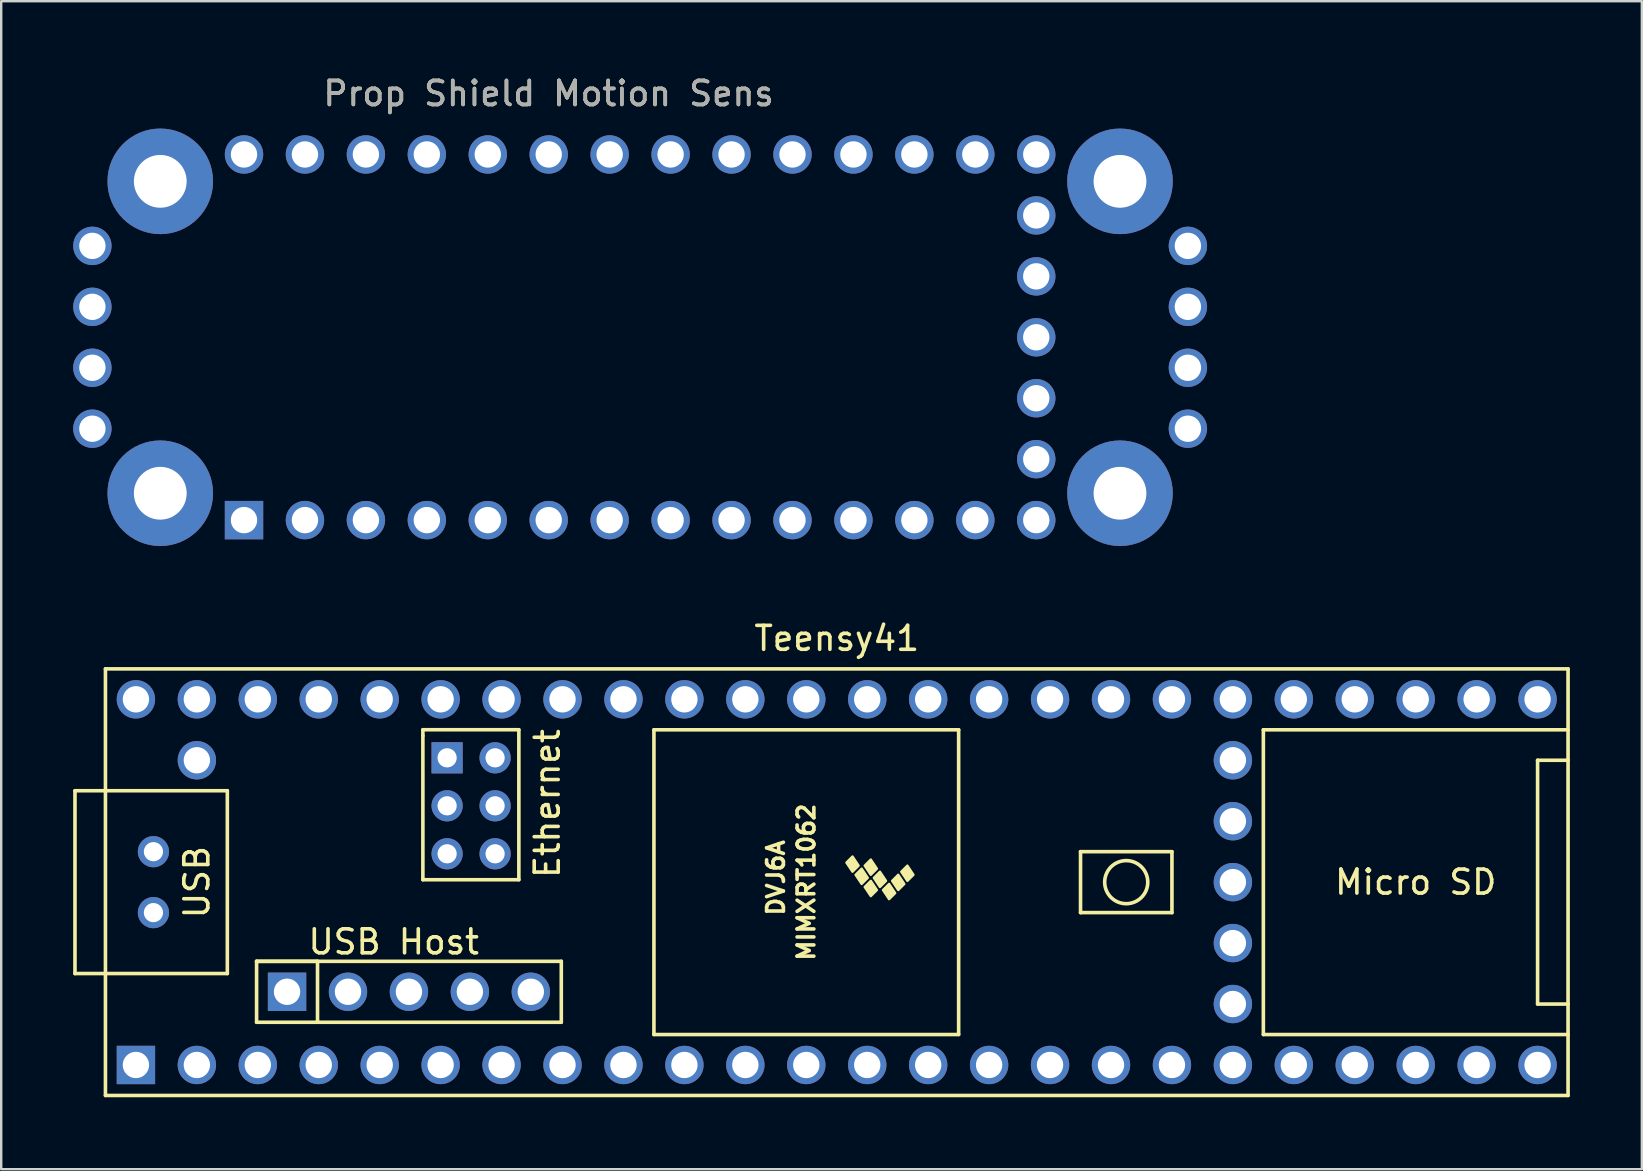
<source format=kicad_pcb>
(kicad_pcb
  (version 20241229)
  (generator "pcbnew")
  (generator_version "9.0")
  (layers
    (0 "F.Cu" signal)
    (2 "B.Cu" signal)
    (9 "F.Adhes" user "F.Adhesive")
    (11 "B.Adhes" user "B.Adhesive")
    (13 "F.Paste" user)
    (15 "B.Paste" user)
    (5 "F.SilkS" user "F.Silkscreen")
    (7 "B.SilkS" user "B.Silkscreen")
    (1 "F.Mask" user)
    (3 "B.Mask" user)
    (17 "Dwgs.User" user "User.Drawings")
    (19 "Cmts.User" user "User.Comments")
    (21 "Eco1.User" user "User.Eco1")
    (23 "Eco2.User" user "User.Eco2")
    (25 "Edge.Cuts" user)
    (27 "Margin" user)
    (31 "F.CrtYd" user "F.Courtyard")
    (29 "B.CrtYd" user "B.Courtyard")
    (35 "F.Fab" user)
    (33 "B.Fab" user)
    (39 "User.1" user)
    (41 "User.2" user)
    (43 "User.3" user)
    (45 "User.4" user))
  (footprint "Prop Shield Motion Sens"
    (layer "F.Cu")
    (at 7.12 18.628)
    (property "Reference" "Prop Shield Motion Sens" (at 12.7 -17.78 0) (unlocked yes) (layer "F.SilkS") (effects (font (size 1 1) (thickness 0.15))))
    (attr through_hole)
    (fp_text user "${REFERENCE}" (at 12.7 -17.78 0) (unlocked yes) (layer "F.Fab") (effects (font (size 1 1) (thickness 0.15))))
    (pad "1" thru_hole rect (at 0 0) (size 1.6 1.6) (drill 1.1) (layers "*.Cu" "*.Mask"))
    (pad "2" thru_hole circle (at 2.54 0) (size 1.6 1.6) (drill 1.1) (layers "*.Cu" "*.Mask"))
    (pad "3" thru_hole circle (at 5.08 0) (size 1.6 1.6) (drill 1.1) (layers "*.Cu" "*.Mask"))
    (pad "4" thru_hole circle (at 7.62 0) (size 1.6 1.6) (drill 1.1) (layers "*.Cu" "*.Mask"))
    (pad "5" thru_hole circle (at 10.16 0) (size 1.6 1.6) (drill 1.1) (layers "*.Cu" "*.Mask"))
    (pad "6" thru_hole circle (at 12.7 0) (size 1.6 1.6) (drill 1.1) (layers "*.Cu" "*.Mask"))
    (pad "7" thru_hole circle (at 15.24 0) (size 1.6 1.6) (drill 1.1) (layers "*.Cu" "*.Mask"))
    (pad "8" thru_hole circle (at 17.78 0) (size 1.6 1.6) (drill 1.1) (layers "*.Cu" "*.Mask"))
    (pad "9" thru_hole circle (at 20.32 0) (size 1.6 1.6) (drill 1.1) (layers "*.Cu" "*.Mask"))
    (pad "10" thru_hole circle (at 22.86 0) (size 1.6 1.6) (drill 1.1) (layers "*.Cu" "*.Mask"))
    (pad "11" thru_hole circle (at 25.4 0) (size 1.6 1.6) (drill 1.1) (layers "*.Cu" "*.Mask"))
    (pad "12" thru_hole circle (at 27.94 0) (size 1.6 1.6) (drill 1.1) (layers "*.Cu" "*.Mask"))
    (pad "13" thru_hole circle (at 30.48 0) (size 1.6 1.6) (drill 1.1) (layers "*.Cu" "*.Mask"))
    (pad "14" thru_hole circle (at 33.02 0) (size 1.6 1.6) (drill 1.1) (layers "*.Cu" "*.Mask"))
    (pad "15" thru_hole circle (at 33.02 -15.24) (size 1.6 1.6) (drill 1.1) (layers "*.Cu" "*.Mask"))
    (pad "16" thru_hole circle (at 30.48 -15.24) (size 1.6 1.6) (drill 1.1) (layers "*.Cu" "*.Mask"))
    (pad "17" thru_hole circle (at 27.94 -15.24) (size 1.6 1.6) (drill 1.1) (layers "*.Cu" "*.Mask"))
    (pad "18" thru_hole circle (at 25.4 -15.24) (size 1.6 1.6) (drill 1.1) (layers "*.Cu" "*.Mask"))
    (pad "19" thru_hole circle (at 22.86 -15.24) (size 1.6 1.6) (drill 1.1) (layers "*.Cu" "*.Mask"))
    (pad "20" thru_hole circle (at 20.32 -15.24) (size 1.6 1.6) (drill 1.1) (layers "*.Cu" "*.Mask"))
    (pad "21" thru_hole circle (at 17.78 -15.24) (size 1.6 1.6) (drill 1.1) (layers "*.Cu" "*.Mask"))
    (pad "22" thru_hole circle (at 15.24 -15.24) (size 1.6 1.6) (drill 1.1) (layers "*.Cu" "*.Mask"))
    (pad "23" thru_hole circle (at 12.7 -15.24) (size 1.6 1.6) (drill 1.1) (layers "*.Cu" "*.Mask"))
    (pad "24" thru_hole circle (at 10.16 -15.24) (size 1.6 1.6) (drill 1.1) (layers "*.Cu" "*.Mask"))
    (pad "25" thru_hole circle (at 7.62 -15.24) (size 1.6 1.6) (drill 1.1) (layers "*.Cu" "*.Mask"))
    (pad "26" thru_hole circle (at 5.08 -15.24) (size 1.6 1.6) (drill 1.1) (layers "*.Cu" "*.Mask"))
    (pad "27" thru_hole circle (at 2.54 -15.24) (size 1.6 1.6) (drill 1.1) (layers "*.Cu" "*.Mask"))
    (pad "28" thru_hole circle (at 0 -15.24) (size 1.6 1.6) (drill 1.1) (layers "*.Cu" "*.Mask"))
    (pad "29" thru_hole circle (at 33.02 -2.54) (size 1.6 1.6) (drill 1.1) (layers "*.Cu" "*.Mask"))
    (pad "30" thru_hole circle (at 33.02 -5.08) (size 1.6 1.6) (drill 1.1) (layers "*.Cu" "*.Mask"))
    (pad "31" thru_hole circle (at 33.02 -7.62) (size 1.6 1.6) (drill 1.1) (layers "*.Cu" "*.Mask"))
    (pad "32" thru_hole circle (at 33.02 -10.16) (size 1.6 1.6) (drill 1.1) (layers "*.Cu" "*.Mask"))
    (pad "33" thru_hole circle (at 33.02 -12.7) (size 1.6 1.6) (drill 1.1) (layers "*.Cu" "*.Mask"))
    (pad "34" thru_hole circle (at 39.34 -3.81) (size 1.6 1.6) (drill 1.1) (layers "*.Cu" "*.Mask"))
    (pad "35" thru_hole circle (at 39.34 -6.35) (size 1.6 1.6) (drill 1.1) (layers "*.Cu" "*.Mask"))
    (pad "36" thru_hole circle (at 39.34 -8.89) (size 1.6 1.6) (drill 1.1) (layers "*.Cu" "*.Mask"))
    (pad "37" thru_hole circle (at 39.34 -11.43) (size 1.6 1.6) (drill 1.1) (layers "*.Cu" "*.Mask"))
    (pad "38" thru_hole circle (at -6.32 -3.81) (size 1.6 1.6) (drill 1.1) (layers "*.Cu" "*.Mask"))
    (pad "39" thru_hole circle (at -6.32 -6.35) (size 1.6 1.6) (drill 1.1) (layers "*.Cu" "*.Mask"))
    (pad "40" thru_hole circle (at -6.32 -8.89) (size 1.6 1.6) (drill 1.1) (layers "*.Cu" "*.Mask"))
    (pad "41" thru_hole circle (at -6.32 -11.43) (size 1.6 1.6) (drill 1.1) (layers "*.Cu" "*.Mask"))
    (pad "PAD" thru_hole circle (at -3.49 -14.12) (size 4.4 4.4) (drill 2.2) (layers "*.Cu" "*.Mask"))
    (pad "PAD" thru_hole circle (at -3.49 -1.12) (size 4.4 4.4) (drill 2.2) (layers "*.Cu" "*.Mask"))
    (pad "PAD" thru_hole circle (at 36.51 -14.12) (size 4.4 4.4) (drill 2.2) (layers "*.Cu" "*.Mask"))
    (pad "PAD" thru_hole circle (at 36.51 -1.12) (size 4.4 4.4) (drill 2.2) (layers "*.Cu" "*.Mask")))
  (footprint "Teensy41"
    (layer "F.Cu")
    (at 31.825 33.717)
    (property "Reference" "Teensy41" (at 0 -10.16 0) (layer "F.SilkS") (effects (font (size 1 1) (thickness 0.15))))
    (attr through_hole)
    (fp_line (start -31.75 -3.81) (end -30.48 -3.81) (stroke (width 0.15) (type solid)) (layer "F.SilkS"))
    (fp_line (start -31.75 3.81) (end -31.75 -3.81) (stroke (width 0.15) (type solid)) (layer "F.SilkS"))
    (fp_line (start -30.48 -8.89) (end 30.48 -8.89) (stroke (width 0.15) (type solid)) (layer "F.SilkS"))
    (fp_line (start -30.48 3.81) (end -31.75 3.81) (stroke (width 0.15) (type solid)) (layer "F.SilkS"))
    (fp_line (start -30.48 8.89) (end -30.48 -8.89) (stroke (width 0.15) (type solid)) (layer "F.SilkS"))
    (fp_line (start -25.4 -3.81) (end -30.48 -3.81) (stroke (width 0.15) (type solid)) (layer "F.SilkS"))
    (fp_line (start -25.4 3.81) (end -30.48 3.81) (stroke (width 0.15) (type solid)) (layer "F.SilkS"))
    (fp_line (start -25.4 3.81) (end -25.4 -3.81) (stroke (width 0.15) (type solid)) (layer "F.SilkS"))
    (fp_line (start -24.181 3.299) (end -21.641 3.299) (stroke (width 0.15) (type solid)) (layer "F.SilkS"))
    (fp_line (start -24.181 3.299) (end -11.481 3.299) (stroke (width 0.15) (type solid)) (layer "F.SilkS"))
    (fp_line (start -24.181 5.839) (end -24.181 3.299) (stroke (width 0.15) (type solid)) (layer "F.SilkS"))
    (fp_line (start -21.641 3.299) (end -21.641 5.839) (stroke (width 0.15) (type solid)) (layer "F.SilkS"))
    (fp_line (start -17.25 -6.352) (end -17.25 -6.102) (stroke (width 0.15) (type solid)) (layer "F.SilkS"))
    (fp_line (start -17.25 -6.102) (end -17.25 -0.102) (stroke (width 0.15) (type solid)) (layer "F.SilkS"))
    (fp_line (start -17.25 -0.102) (end -13.25 -0.102) (stroke (width 0.15) (type solid)) (layer "F.SilkS"))
    (fp_line (start -13.25 -6.352) (end -17.25 -6.352) (stroke (width 0.15) (type solid)) (layer "F.SilkS"))
    (fp_line (start -13.25 -0.102) (end -13.25 -6.352) (stroke (width 0.15) (type solid)) (layer "F.SilkS"))
    (fp_line (start -11.481 3.299) (end -11.481 5.839) (stroke (width 0.15) (type solid)) (layer "F.SilkS"))
    (fp_line (start -11.481 5.839) (end -24.181 5.839) (stroke (width 0.15) (type solid)) (layer "F.SilkS"))
    (fp_line (start -7.62 -6.35) (end -7.62 6.35) (stroke (width 0.15) (type solid)) (layer "F.SilkS"))
    (fp_line (start -7.62 6.35) (end 5.08 6.35) (stroke (width 0.15) (type solid)) (layer "F.SilkS"))
    (fp_line (start 5.08 -6.35) (end -7.62 -6.35) (stroke (width 0.15) (type solid)) (layer "F.SilkS"))
    (fp_line (start 5.08 6.35) (end 5.08 -6.35) (stroke (width 0.15) (type solid)) (layer "F.SilkS"))
    (fp_line (start 10.16 -1.27) (end 13.97 -1.27) (stroke (width 0.15) (type solid)) (layer "F.SilkS"))
    (fp_line (start 10.16 1.27) (end 10.16 -1.27) (stroke (width 0.15) (type solid)) (layer "F.SilkS"))
    (fp_line (start 13.97 -1.27) (end 13.97 1.27) (stroke (width 0.15) (type solid)) (layer "F.SilkS"))
    (fp_line (start 13.97 1.27) (end 10.16 1.27) (stroke (width 0.15) (type solid)) (layer "F.SilkS"))
    (fp_line (start 17.78 -6.35) (end 17.78 6.35) (stroke (width 0.15) (type solid)) (layer "F.SilkS"))
    (fp_line (start 17.78 6.35) (end 30.48 6.35) (stroke (width 0.15) (type solid)) (layer "F.SilkS"))
    (fp_line (start 29.21 -5.08) (end 29.21 5.08) (stroke (width 0.15) (type solid)) (layer "F.SilkS"))
    (fp_line (start 29.21 5.08) (end 30.48 5.08) (stroke (width 0.15) (type solid)) (layer "F.SilkS"))
    (fp_line (start 30.48 -8.89) (end 30.48 8.89) (stroke (width 0.15) (type solid)) (layer "F.SilkS"))
    (fp_line (start 30.48 -6.35) (end 17.78 -6.35) (stroke (width 0.15) (type solid)) (layer "F.SilkS"))
    (fp_line (start 30.48 -5.08) (end 29.21 -5.08) (stroke (width 0.15) (type solid)) (layer "F.SilkS"))
    (fp_line (start 30.48 8.89) (end -30.48 8.89) (stroke (width 0.15) (type solid)) (layer "F.SilkS"))
    (fp_circle (center 12.065 0) (end 12.7 -0.635) (stroke (width 0.15) (type solid)) (fill no) (layer "F.SilkS"))
    (fp_poly (pts (xy 0.911 -0.688) (xy 0.657 -0.434) (xy 0.403 -0.815) (xy 0.657 -1.069)) (stroke (width 0.1) (type solid)) (fill yes) (layer "F.SilkS"))
    (fp_poly (pts (xy 1.292 -0.18) (xy 1.038 0.074) (xy 0.784 -0.307) (xy 1.038 -0.561)) (stroke (width 0.1) (type solid)) (fill yes) (layer "F.SilkS"))
    (fp_poly (pts (xy 1.673 -0.561) (xy 1.419 -0.307) (xy 1.165 -0.688) (xy 1.419 -0.942)) (stroke (width 0.1) (type solid)) (fill yes) (layer "F.SilkS"))
    (fp_poly (pts (xy 1.673 0.328) (xy 1.419 0.582) (xy 1.165 0.201) (xy 1.419 -0.053)) (stroke (width 0.1) (type solid)) (fill yes) (layer "F.SilkS"))
    (fp_poly (pts (xy 2.054 -0.053) (xy 1.8 0.201) (xy 1.546 -0.18) (xy 1.8 -0.434)) (stroke (width 0.1) (type solid)) (fill yes) (layer "F.SilkS"))
    (fp_poly (pts (xy 2.435 0.455) (xy 2.181 0.709) (xy 1.927 0.328) (xy 2.181 0.074)) (stroke (width 0.1) (type solid)) (fill yes) (layer "F.SilkS"))
    (fp_poly (pts (xy 2.816 0.074) (xy 2.562 0.328) (xy 2.308 -0.053) (xy 2.562 -0.307)) (stroke (width 0.1) (type solid)) (fill yes) (layer "F.SilkS"))
    (fp_poly (pts (xy 3.197 -0.307) (xy 2.943 -0.053) (xy 2.689 -0.434) (xy 2.943 -0.688)) (stroke (width 0.1) (type solid)) (fill yes) (layer "F.SilkS"))
    (fp_text user "Micro SD" (at 24.13 0 0) (layer "F.SilkS") (effects (font (size 1 1) (thickness 0.15))))
    (fp_text user "USB" (at -26.67 0 270) (layer "F.SilkS") (effects (font (size 1 1) (thickness 0.15))))
    (fp_text user "MIMXRT1062" (at -1.27 0 270) (layer "F.SilkS") (effects (font (size 0.7 0.7) (thickness 0.15))))
    (fp_text user "Ethernet" (at -12.065 -3.277 90) (layer "F.SilkS") (effects (font (size 1 1) (thickness 0.15))))
    (fp_text user "DVJ6A" (at -2.54 -0.18 270) (layer "F.SilkS") (effects (font (size 0.7 0.7) (thickness 0.15))))
    (fp_text user "USB Host" (at -18.466 2.489 0) (layer "F.SilkS") (effects (font (size 1 1) (thickness 0.15))))
    (pad "1" thru_hole rect (at -29.21 7.62) (size 1.6 1.6) (drill 1.1) (layers "*.Cu" "*.Mask"))
    (pad "2" thru_hole circle (at -26.67 7.62) (size 1.6 1.6) (drill 1.1) (layers "*.Cu" "*.Mask"))
    (pad "3" thru_hole circle (at -24.13 7.62) (size 1.6 1.6) (drill 1.1) (layers "*.Cu" "*.Mask"))
    (pad "4" thru_hole circle (at -21.59 7.62) (size 1.6 1.6) (drill 1.1) (layers "*.Cu" "*.Mask"))
    (pad "5" thru_hole circle (at -19.05 7.62) (size 1.6 1.6) (drill 1.1) (layers "*.Cu" "*.Mask"))
    (pad "6" thru_hole circle (at -16.51 7.62) (size 1.6 1.6) (drill 1.1) (layers "*.Cu" "*.Mask"))
    (pad "7" thru_hole circle (at -13.97 7.62) (size 1.6 1.6) (drill 1.1) (layers "*.Cu" "*.Mask"))
    (pad "8" thru_hole circle (at -11.43 7.62) (size 1.6 1.6) (drill 1.1) (layers "*.Cu" "*.Mask"))
    (pad "9" thru_hole circle (at -8.89 7.62) (size 1.6 1.6) (drill 1.1) (layers "*.Cu" "*.Mask"))
    (pad "10" thru_hole circle (at -6.35 7.62) (size 1.6 1.6) (drill 1.1) (layers "*.Cu" "*.Mask"))
    (pad "11" thru_hole circle (at -3.81 7.62) (size 1.6 1.6) (drill 1.1) (layers "*.Cu" "*.Mask"))
    (pad "12" thru_hole circle (at -1.27 7.62) (size 1.6 1.6) (drill 1.1) (layers "*.Cu" "*.Mask"))
    (pad "13" thru_hole circle (at 1.27 7.62) (size 1.6 1.6) (drill 1.1) (layers "*.Cu" "*.Mask"))
    (pad "14" thru_hole circle (at 3.81 7.62) (size 1.6 1.6) (drill 1.1) (layers "*.Cu" "*.Mask"))
    (pad "15" thru_hole circle (at 6.35 7.62) (size 1.6 1.6) (drill 1.1) (layers "*.Cu" "*.Mask"))
    (pad "16" thru_hole circle (at 8.89 7.62) (size 1.6 1.6) (drill 1.1) (layers "*.Cu" "*.Mask"))
    (pad "17" thru_hole circle (at 11.43 7.62) (size 1.6 1.6) (drill 1.1) (layers "*.Cu" "*.Mask"))
    (pad "18" thru_hole circle (at 13.97 7.62) (size 1.6 1.6) (drill 1.1) (layers "*.Cu" "*.Mask"))
    (pad "19" thru_hole circle (at 16.51 7.62) (size 1.6 1.6) (drill 1.1) (layers "*.Cu" "*.Mask"))
    (pad "20" thru_hole circle (at 19.05 7.62) (size 1.6 1.6) (drill 1.1) (layers "*.Cu" "*.Mask"))
    (pad "21" thru_hole circle (at 21.59 7.62) (size 1.6 1.6) (drill 1.1) (layers "*.Cu" "*.Mask"))
    (pad "22" thru_hole circle (at 24.13 7.62) (size 1.6 1.6) (drill 1.1) (layers "*.Cu" "*.Mask"))
    (pad "23" thru_hole circle (at 26.67 7.62) (size 1.6 1.6) (drill 1.1) (layers "*.Cu" "*.Mask"))
    (pad "24" thru_hole circle (at 29.21 7.62) (size 1.6 1.6) (drill 1.1) (layers "*.Cu" "*.Mask"))
    (pad "25" thru_hole circle (at 29.21 -7.62) (size 1.6 1.6) (drill 1.1) (layers "*.Cu" "*.Mask"))
    (pad "26" thru_hole circle (at 26.67 -7.62) (size 1.6 1.6) (drill 1.1) (layers "*.Cu" "*.Mask"))
    (pad "27" thru_hole circle (at 24.13 -7.62) (size 1.6 1.6) (drill 1.1) (layers "*.Cu" "*.Mask"))
    (pad "28" thru_hole circle (at 21.59 -7.62) (size 1.6 1.6) (drill 1.1) (layers "*.Cu" "*.Mask"))
    (pad "29" thru_hole circle (at 19.05 -7.62) (size 1.6 1.6) (drill 1.1) (layers "*.Cu" "*.Mask"))
    (pad "30" thru_hole circle (at 16.51 -7.62) (size 1.6 1.6) (drill 1.1) (layers "*.Cu" "*.Mask"))
    (pad "31" thru_hole circle (at 13.97 -7.62) (size 1.6 1.6) (drill 1.1) (layers "*.Cu" "*.Mask"))
    (pad "32" thru_hole circle (at 11.43 -7.62) (size 1.6 1.6) (drill 1.1) (layers "*.Cu" "*.Mask"))
    (pad "33" thru_hole circle (at 8.89 -7.62) (size 1.6 1.6) (drill 1.1) (layers "*.Cu" "*.Mask"))
    (pad "34" thru_hole circle (at 6.35 -7.62) (size 1.6 1.6) (drill 1.1) (layers "*.Cu" "*.Mask"))
    (pad "35" thru_hole circle (at 3.81 -7.62) (size 1.6 1.6) (drill 1.1) (layers "*.Cu" "*.Mask"))
    (pad "36" thru_hole circle (at 1.27 -7.62) (size 1.6 1.6) (drill 1.1) (layers "*.Cu" "*.Mask"))
    (pad "37" thru_hole circle (at -1.27 -7.62) (size 1.6 1.6) (drill 1.1) (layers "*.Cu" "*.Mask"))
    (pad "38" thru_hole circle (at -3.81 -7.62) (size 1.6 1.6) (drill 1.1) (layers "*.Cu" "*.Mask"))
    (pad "39" thru_hole circle (at -6.35 -7.62) (size 1.6 1.6) (drill 1.1) (layers "*.Cu" "*.Mask"))
    (pad "40" thru_hole circle (at -8.89 -7.62) (size 1.6 1.6) (drill 1.1) (layers "*.Cu" "*.Mask"))
    (pad "41" thru_hole circle (at -11.43 -7.62) (size 1.6 1.6) (drill 1.1) (layers "*.Cu" "*.Mask"))
    (pad "42" thru_hole circle (at -13.97 -7.62) (size 1.6 1.6) (drill 1.1) (layers "*.Cu" "*.Mask"))
    (pad "43" thru_hole circle (at -16.51 -7.62) (size 1.6 1.6) (drill 1.1) (layers "*.Cu" "*.Mask"))
    (pad "44" thru_hole circle (at -19.05 -7.62) (size 1.6 1.6) (drill 1.1) (layers "*.Cu" "*.Mask"))
    (pad "45" thru_hole circle (at -21.59 -7.62) (size 1.6 1.6) (drill 1.1) (layers "*.Cu" "*.Mask"))
    (pad "46" thru_hole circle (at -24.13 -7.62) (size 1.6 1.6) (drill 1.1) (layers "*.Cu" "*.Mask"))
    (pad "47" thru_hole circle (at -26.67 -7.62) (size 1.6 1.6) (drill 1.1) (layers "*.Cu" "*.Mask"))
    (pad "48" thru_hole circle (at -29.21 -7.62) (size 1.6 1.6) (drill 1.1) (layers "*.Cu" "*.Mask"))
    (pad "49" thru_hole circle (at -26.67 -5.08) (size 1.6 1.6) (drill 1.1) (layers "*.Cu" "*.Mask"))
    (pad "50" thru_hole circle (at 16.51 5.08) (size 1.6 1.6) (drill 1.1) (layers "*.Cu" "*.Mask"))
    (pad "51" thru_hole circle (at 16.51 2.54) (size 1.6 1.6) (drill 1.1) (layers "*.Cu" "*.Mask"))
    (pad "52" thru_hole circle (at 16.51 0) (size 1.6 1.6) (drill 1.1) (layers "*.Cu" "*.Mask"))
    (pad "53" thru_hole circle (at 16.51 -2.54) (size 1.6 1.6) (drill 1.1) (layers "*.Cu" "*.Mask"))
    (pad "54" thru_hole circle (at 16.51 -5.08) (size 1.6 1.6) (drill 1.1) (layers "*.Cu" "*.Mask"))
    (pad "55" thru_hole rect (at -22.911 4.569) (size 1.6 1.6) (drill 1.1) (layers "*.Cu" "*.Mask"))
    (pad "56" thru_hole circle (at -20.371 4.569) (size 1.6 1.6) (drill 1.1) (layers "*.Cu" "*.Mask"))
    (pad "57" thru_hole circle (at -17.831 4.569) (size 1.6 1.6) (drill 1.1) (layers "*.Cu" "*.Mask"))
    (pad "58" thru_hole circle (at -15.291 4.569) (size 1.6 1.6) (drill 1.1) (layers "*.Cu" "*.Mask"))
    (pad "59" thru_hole circle (at -12.751 4.569) (size 1.6 1.6) (drill 1.1) (layers "*.Cu" "*.Mask"))
    (pad "60" thru_hole rect (at -16.24 -5.182) (size 1.3 1.3) (drill 0.8) (layers "*.Cu" "*.Mask"))
    (pad "61" thru_hole circle (at -16.24 -3.182) (size 1.3 1.3) (drill 0.8) (layers "*.Cu" "*.Mask"))
    (pad "62" thru_hole circle (at -16.24 -1.182) (size 1.3 1.3) (drill 0.8) (layers "*.Cu" "*.Mask"))
    (pad "63" thru_hole circle (at -14.24 -1.182) (size 1.3 1.3) (drill 0.8) (layers "*.Cu" "*.Mask"))
    (pad "64" thru_hole circle (at -14.24 -3.182) (size 1.3 1.3) (drill 0.8) (layers "*.Cu" "*.Mask"))
    (pad "65" thru_hole circle (at -14.24 -5.182) (size 1.3 1.3) (drill 0.8) (layers "*.Cu" "*.Mask"))
    (pad "66" thru_hole circle (at -28.48 -1.27) (size 1.3 1.3) (drill 0.8) (layers "*.Cu" "*.Mask"))
    (pad "67" thru_hole circle (at -28.48 1.27) (size 1.3 1.3) (drill 0.8) (layers "*.Cu" "*.Mask")))
  (gr_rect
    (start -3 -3)
    (end 65.38 45.681)
    (stroke (width 0.1) (type default))
    (fill no)
    (layer "Edge.Cuts")))
</source>
